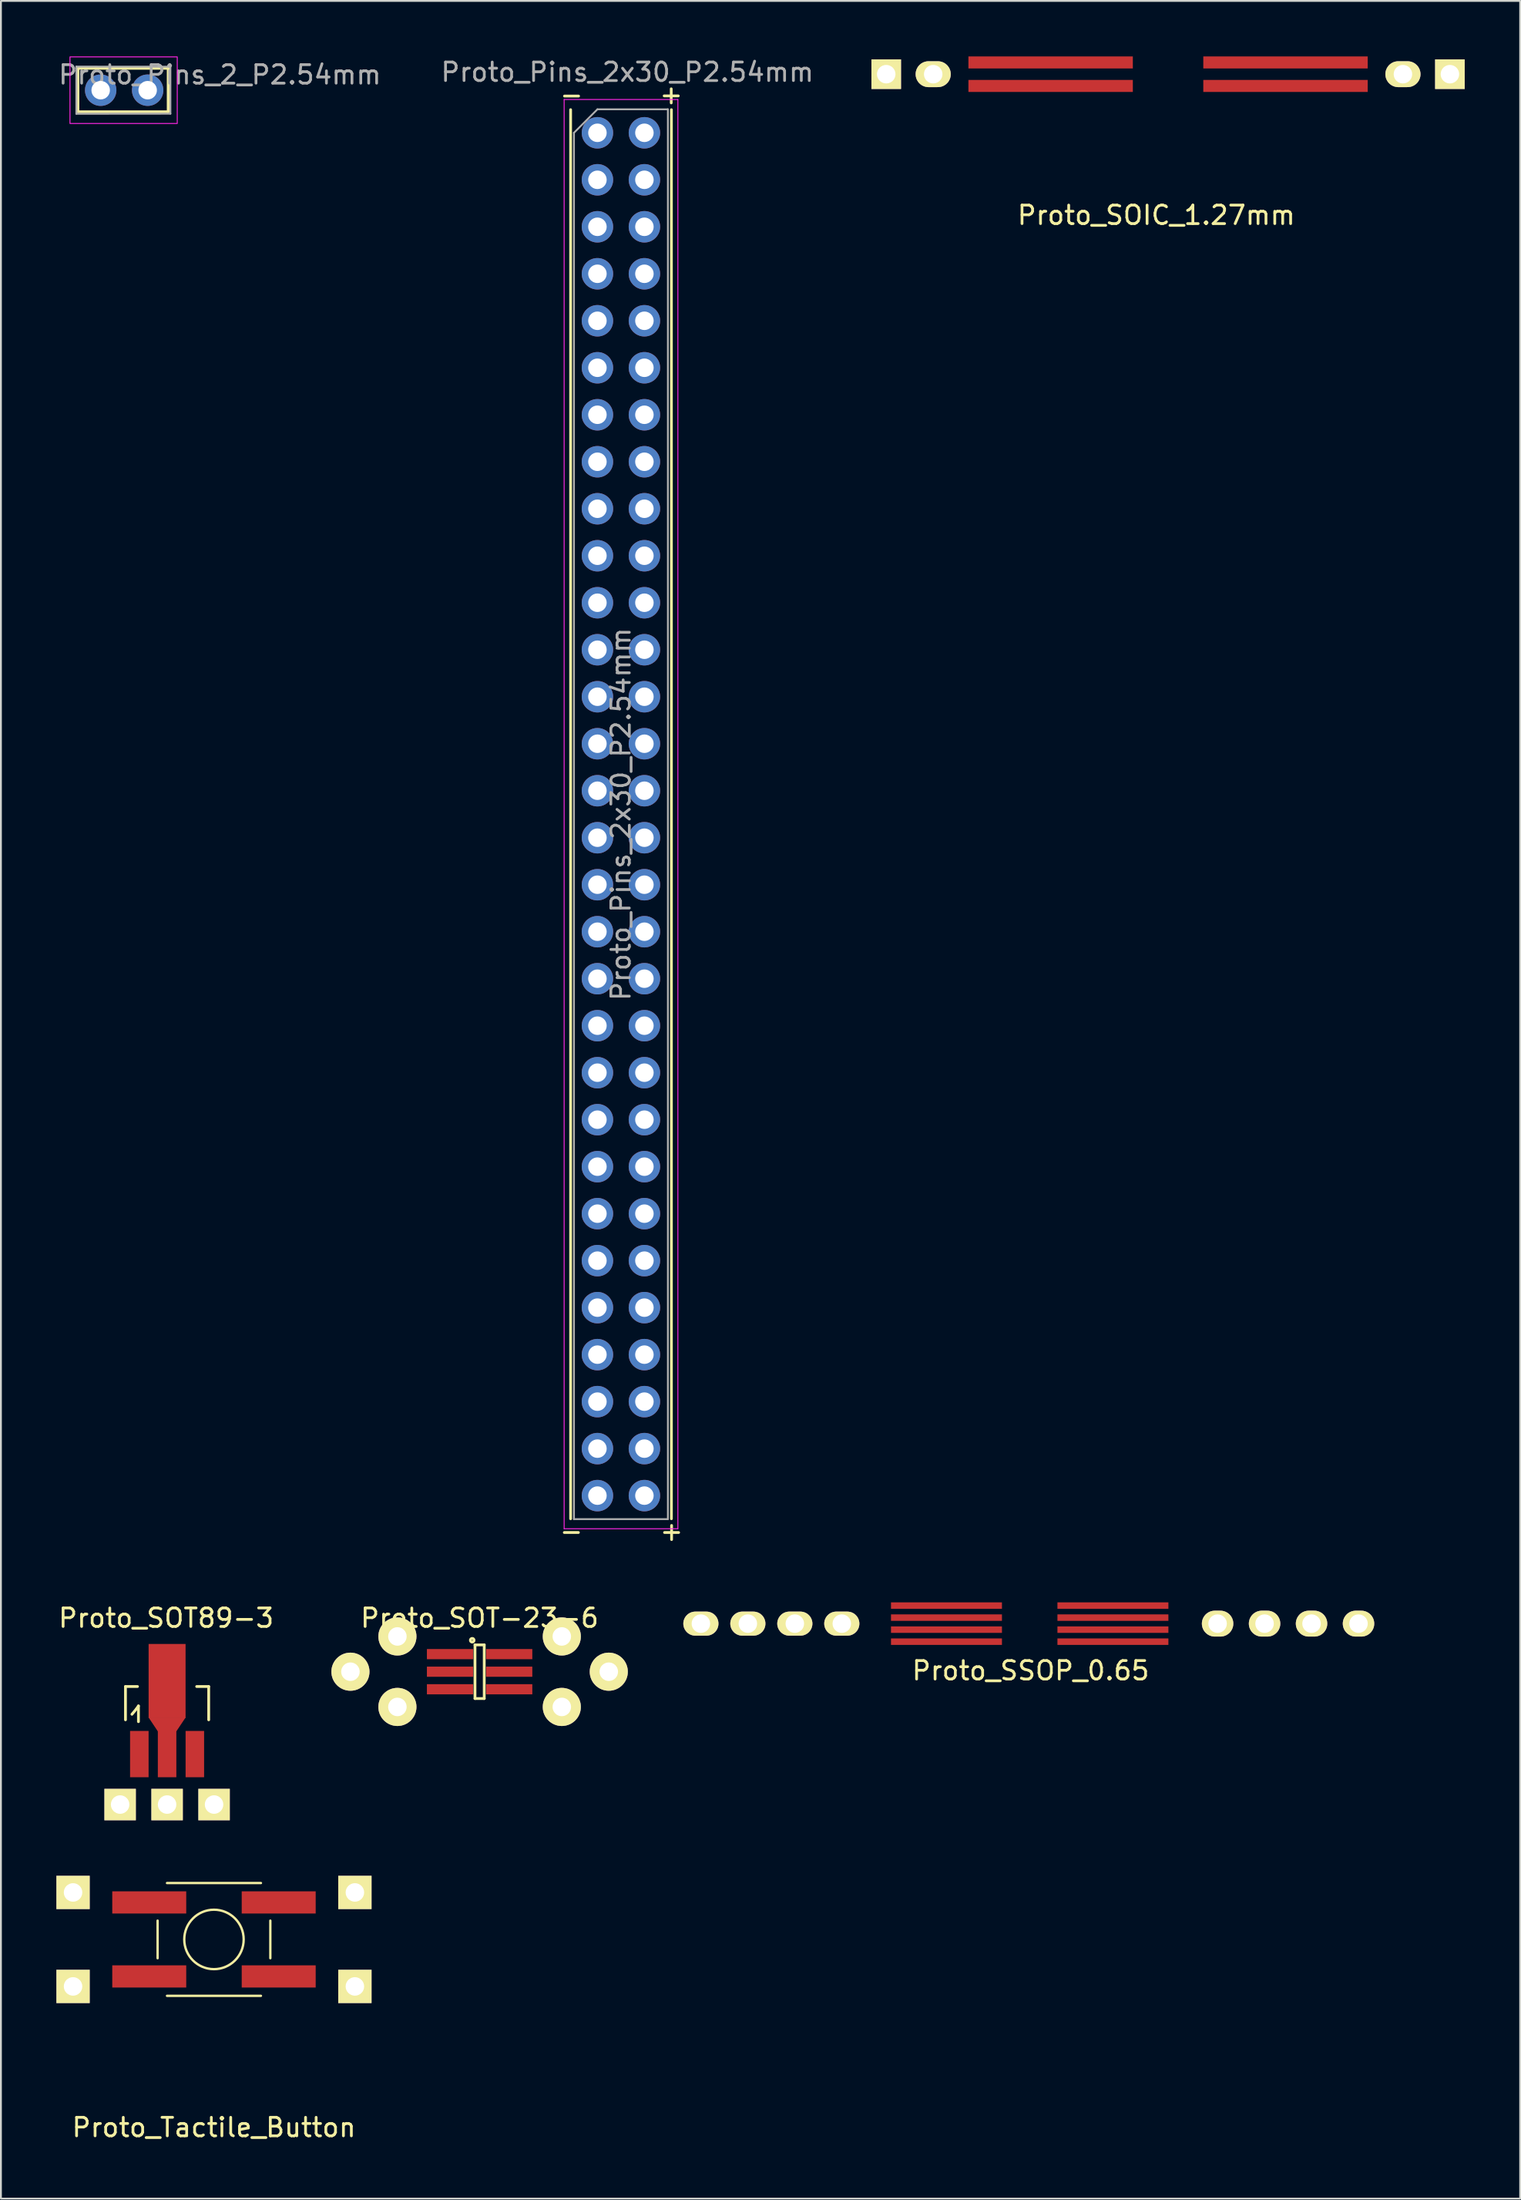
<source format=kicad_pcb>
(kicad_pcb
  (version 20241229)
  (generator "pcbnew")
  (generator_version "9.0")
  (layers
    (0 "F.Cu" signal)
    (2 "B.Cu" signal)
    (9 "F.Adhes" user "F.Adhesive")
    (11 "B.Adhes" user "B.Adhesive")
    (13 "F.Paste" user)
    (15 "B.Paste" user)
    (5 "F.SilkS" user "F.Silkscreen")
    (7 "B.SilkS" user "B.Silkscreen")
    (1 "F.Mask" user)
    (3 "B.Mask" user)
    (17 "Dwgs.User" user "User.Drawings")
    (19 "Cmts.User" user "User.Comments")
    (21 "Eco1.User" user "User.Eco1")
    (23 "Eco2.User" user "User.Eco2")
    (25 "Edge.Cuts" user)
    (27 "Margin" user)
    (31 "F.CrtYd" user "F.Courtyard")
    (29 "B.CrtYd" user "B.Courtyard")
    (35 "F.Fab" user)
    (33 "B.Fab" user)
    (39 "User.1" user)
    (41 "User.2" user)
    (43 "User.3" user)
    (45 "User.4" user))
  (footprint "Proto_SOT-23-6"
    (layer "F.Cu")
    (at 22.884 87.305)
    (property "Reference" "Proto_SOT-23-6" (at 0 -2.9 0) (layer "F.SilkS") (effects (font (size 1 1) (thickness 0.15))))
    (attr smd)
    (fp_line (start -0.25 -1.45) (end -0.25 1.45) (stroke (width 0.15) (type solid)) (layer "F.SilkS"))
    (fp_line (start -0.25 1.45) (end 0.25 1.45) (stroke (width 0.15) (type solid)) (layer "F.SilkS"))
    (fp_line (start 0.25 -1.45) (end -0.25 -1.45) (stroke (width 0.15) (type solid)) (layer "F.SilkS"))
    (fp_line (start 0.25 1.45) (end 0.25 -1.45) (stroke (width 0.15) (type solid)) (layer "F.SilkS"))
    (fp_circle (center -0.4 -1.7) (end -0.3 -1.7) (stroke (width 0.15) (type solid)) (fill no) (layer "F.SilkS"))
    (pad "1" thru_hole circle (at -4.445 -1.905) (size 2.06 2.06) (drill 1) (layers "*.Cu" "*.Mask" "F.SilkS"))
    (pad "1" smd rect (at -1.6 -0.95) (size 2.5 0.55) (layers "F.Cu" "F.Mask" "F.Paste"))
    (pad "2" thru_hole circle (at -6.985 0) (size 2.06 2.06) (drill 1) (layers "*.Cu" "*.Mask" "F.SilkS"))
    (pad "2" smd rect (at -1.6 0) (size 2.5 0.55) (layers "F.Cu" "F.Mask" "F.Paste"))
    (pad "3" thru_hole circle (at -4.445 1.905) (size 2.06 2.06) (drill 1) (layers "*.Cu" "*.Mask" "F.SilkS"))
    (pad "3" smd rect (at -1.6 0.95) (size 2.5 0.55) (layers "F.Cu" "F.Mask" "F.Paste"))
    (pad "4" smd rect (at 1.6 0.95) (size 2.5 0.55) (layers "F.Cu" "F.Mask" "F.Paste"))
    (pad "4" thru_hole circle (at 4.445 1.905) (size 2.06 2.06) (drill 1) (layers "*.Cu" "*.Mask" "F.SilkS"))
    (pad "5" smd rect (at 1.6 0) (size 2.5 0.55) (layers "F.Cu" "F.Mask" "F.Paste"))
    (pad "5" thru_hole circle (at 6.985 0) (size 2.06 2.06) (drill 1) (layers "*.Cu" "*.Mask" "F.SilkS"))
    (pad "6" smd rect (at 1.6 -0.95) (size 2.5 0.55) (layers "F.Cu" "F.Mask" "F.Paste"))
    (pad "6" thru_hole circle (at 4.445 -1.905) (size 2.06 2.06) (drill 1) (layers "*.Cu" "*.Mask" "F.SilkS")))
  (footprint "Proto_Pins_2x30_P2.54mm"
    (layer "F.Cu")
    (at 29.255 4.128)
    (property "Reference" "Proto_Pins_2x30_P2.54mm" (at 1.62 -3.28 0) (layer "F.Fab") (effects (font (size 1 1) (thickness 0.15))))
    (attr through_hole)
    (fp_line (start -1.45 74.91) (end -1.45 -1.25) (stroke (width 0.15) (type solid)) (layer "F.SilkS"))
    (fp_line (start 4 74.91) (end 4 -1.25) (stroke (width 0.15) (type solid)) (layer "F.SilkS"))
    (fp_line (start -1.8 -1.8) (end -1.8 75.45) (stroke (width 0.05) (type solid)) (layer "F.CrtYd"))
    (fp_line (start -1.8 75.45) (end 4.35 75.45) (stroke (width 0.05) (type solid)) (layer "F.CrtYd"))
    (fp_line (start 4.35 -1.8) (end -1.8 -1.8) (stroke (width 0.05) (type solid)) (layer "F.CrtYd"))
    (fp_line (start 4.35 75.45) (end 4.35 -1.8) (stroke (width 0.05) (type solid)) (layer "F.CrtYd"))
    (fp_line (start -1.27 0) (end 0 -1.27) (stroke (width 0.1) (type solid)) (layer "F.Fab"))
    (fp_line (start -1.27 74.93) (end -1.27 0) (stroke (width 0.1) (type solid)) (layer "F.Fab"))
    (fp_line (start 0 -1.27) (end 3.81 -1.27) (stroke (width 0.1) (type solid)) (layer "F.Fab"))
    (fp_line (start 3.81 -1.27) (end 3.81 74.93) (stroke (width 0.1) (type solid)) (layer "F.Fab"))
    (fp_line (start 3.81 74.93) (end -1.27 74.93) (stroke (width 0.1) (type solid)) (layer "F.Fab"))
    (fp_text user "+" (at 3.99 -2.07 0) (layer "F.SilkS") (effects (font (size 1 1) (thickness 0.15))))
    (fp_text user "-" (at -1.41 75.58 0) (layer "F.SilkS") (effects (font (size 1 1) (thickness 0.15))))
    (fp_text user "+" (at 4.01 75.58 0) (layer "F.SilkS") (effects (font (size 1 1) (thickness 0.15))))
    (fp_text user "-" (at -1.4 -2.06 0) (layer "F.SilkS") (effects (font (size 1 1) (thickness 0.15))))
    (fp_text user "${REFERENCE}" (at 1.27 36.83 90) (layer "F.Fab") (effects (font (size 1 1) (thickness 0.15))))
    (pad "1" thru_hole oval (at 0 0) (size 1.7 1.7) (drill 1) (layers "*.Cu" "*.Mask"))
    (pad "2" thru_hole oval (at 2.54 0) (size 1.7 1.7) (drill 1) (layers "*.Cu" "*.Mask"))
    (pad "3" thru_hole oval (at 0 2.54) (size 1.7 1.7) (drill 1) (layers "*.Cu" "*.Mask"))
    (pad "4" thru_hole oval (at 2.54 2.54) (size 1.7 1.7) (drill 1) (layers "*.Cu" "*.Mask"))
    (pad "5" thru_hole oval (at 0 5.08) (size 1.7 1.7) (drill 1) (layers "*.Cu" "*.Mask"))
    (pad "6" thru_hole oval (at 2.54 5.08) (size 1.7 1.7) (drill 1) (layers "*.Cu" "*.Mask"))
    (pad "7" thru_hole oval (at 0 7.62) (size 1.7 1.7) (drill 1) (layers "*.Cu" "*.Mask"))
    (pad "8" thru_hole oval (at 2.54 7.62) (size 1.7 1.7) (drill 1) (layers "*.Cu" "*.Mask"))
    (pad "9" thru_hole oval (at 0 10.16) (size 1.7 1.7) (drill 1) (layers "*.Cu" "*.Mask"))
    (pad "10" thru_hole oval (at 2.54 10.16) (size 1.7 1.7) (drill 1) (layers "*.Cu" "*.Mask"))
    (pad "11" thru_hole oval (at 0 12.7) (size 1.7 1.7) (drill 1) (layers "*.Cu" "*.Mask"))
    (pad "12" thru_hole oval (at 2.54 12.7) (size 1.7 1.7) (drill 1) (layers "*.Cu" "*.Mask"))
    (pad "13" thru_hole oval (at 0 15.24) (size 1.7 1.7) (drill 1) (layers "*.Cu" "*.Mask"))
    (pad "14" thru_hole oval (at 2.54 15.24) (size 1.7 1.7) (drill 1) (layers "*.Cu" "*.Mask"))
    (pad "15" thru_hole oval (at 0 17.78) (size 1.7 1.7) (drill 1) (layers "*.Cu" "*.Mask"))
    (pad "16" thru_hole oval (at 2.54 17.78) (size 1.7 1.7) (drill 1) (layers "*.Cu" "*.Mask"))
    (pad "17" thru_hole oval (at 0 20.32) (size 1.7 1.7) (drill 1) (layers "*.Cu" "*.Mask"))
    (pad "18" thru_hole oval (at 2.54 20.32) (size 1.7 1.7) (drill 1) (layers "*.Cu" "*.Mask"))
    (pad "19" thru_hole oval (at 0 22.86) (size 1.7 1.7) (drill 1) (layers "*.Cu" "*.Mask"))
    (pad "20" thru_hole oval (at 2.54 22.86) (size 1.7 1.7) (drill 1) (layers "*.Cu" "*.Mask"))
    (pad "21" thru_hole oval (at 0 25.4) (size 1.7 1.7) (drill 1) (layers "*.Cu" "*.Mask"))
    (pad "22" thru_hole oval (at 2.54 25.4) (size 1.7 1.7) (drill 1) (layers "*.Cu" "*.Mask"))
    (pad "23" thru_hole oval (at 0 27.94) (size 1.7 1.7) (drill 1) (layers "*.Cu" "*.Mask"))
    (pad "24" thru_hole oval (at 2.54 27.94) (size 1.7 1.7) (drill 1) (layers "*.Cu" "*.Mask"))
    (pad "25" thru_hole oval (at 0 30.48) (size 1.7 1.7) (drill 1) (layers "*.Cu" "*.Mask"))
    (pad "26" thru_hole oval (at 2.54 30.48) (size 1.7 1.7) (drill 1) (layers "*.Cu" "*.Mask"))
    (pad "27" thru_hole oval (at 0 33.02) (size 1.7 1.7) (drill 1) (layers "*.Cu" "*.Mask"))
    (pad "28" thru_hole oval (at 2.54 33.02) (size 1.7 1.7) (drill 1) (layers "*.Cu" "*.Mask"))
    (pad "29" thru_hole oval (at 0 35.56) (size 1.7 1.7) (drill 1) (layers "*.Cu" "*.Mask"))
    (pad "30" thru_hole oval (at 2.54 35.56) (size 1.7 1.7) (drill 1) (layers "*.Cu" "*.Mask"))
    (pad "31" thru_hole oval (at 0 38.1) (size 1.7 1.7) (drill 1) (layers "*.Cu" "*.Mask"))
    (pad "32" thru_hole oval (at 2.54 38.1) (size 1.7 1.7) (drill 1) (layers "*.Cu" "*.Mask"))
    (pad "33" thru_hole oval (at 0 40.64) (size 1.7 1.7) (drill 1) (layers "*.Cu" "*.Mask"))
    (pad "34" thru_hole oval (at 2.54 40.64) (size 1.7 1.7) (drill 1) (layers "*.Cu" "*.Mask"))
    (pad "35" thru_hole oval (at 0 43.18) (size 1.7 1.7) (drill 1) (layers "*.Cu" "*.Mask"))
    (pad "36" thru_hole oval (at 2.54 43.18) (size 1.7 1.7) (drill 1) (layers "*.Cu" "*.Mask"))
    (pad "37" thru_hole oval (at 0 45.72) (size 1.7 1.7) (drill 1) (layers "*.Cu" "*.Mask"))
    (pad "38" thru_hole oval (at 2.54 45.72) (size 1.7 1.7) (drill 1) (layers "*.Cu" "*.Mask"))
    (pad "39" thru_hole oval (at 0 48.26) (size 1.7 1.7) (drill 1) (layers "*.Cu" "*.Mask"))
    (pad "40" thru_hole oval (at 2.54 48.26) (size 1.7 1.7) (drill 1) (layers "*.Cu" "*.Mask"))
    (pad "41" thru_hole oval (at 0 50.8) (size 1.7 1.7) (drill 1) (layers "*.Cu" "*.Mask"))
    (pad "42" thru_hole oval (at 2.54 50.8) (size 1.7 1.7) (drill 1) (layers "*.Cu" "*.Mask"))
    (pad "43" thru_hole oval (at 0 53.34) (size 1.7 1.7) (drill 1) (layers "*.Cu" "*.Mask"))
    (pad "44" thru_hole oval (at 2.54 53.34) (size 1.7 1.7) (drill 1) (layers "*.Cu" "*.Mask"))
    (pad "45" thru_hole oval (at 0 55.88) (size 1.7 1.7) (drill 1) (layers "*.Cu" "*.Mask"))
    (pad "46" thru_hole oval (at 2.54 55.88) (size 1.7 1.7) (drill 1) (layers "*.Cu" "*.Mask"))
    (pad "47" thru_hole oval (at 0 58.42) (size 1.7 1.7) (drill 1) (layers "*.Cu" "*.Mask"))
    (pad "48" thru_hole oval (at 2.54 58.42) (size 1.7 1.7) (drill 1) (layers "*.Cu" "*.Mask"))
    (pad "49" thru_hole oval (at 0 60.96) (size 1.7 1.7) (drill 1) (layers "*.Cu" "*.Mask"))
    (pad "50" thru_hole oval (at 2.54 60.96) (size 1.7 1.7) (drill 1) (layers "*.Cu" "*.Mask"))
    (pad "51" thru_hole oval (at 0 63.5) (size 1.7 1.7) (drill 1) (layers "*.Cu" "*.Mask"))
    (pad "52" thru_hole oval (at 2.54 63.5) (size 1.7 1.7) (drill 1) (layers "*.Cu" "*.Mask"))
    (pad "53" thru_hole oval (at 0 66.04) (size 1.7 1.7) (drill 1) (layers "*.Cu" "*.Mask"))
    (pad "54" thru_hole oval (at 2.54 66.04) (size 1.7 1.7) (drill 1) (layers "*.Cu" "*.Mask"))
    (pad "55" thru_hole oval (at 0 68.58) (size 1.7 1.7) (drill 1) (layers "*.Cu" "*.Mask"))
    (pad "56" thru_hole oval (at 2.54 68.58) (size 1.7 1.7) (drill 1) (layers "*.Cu" "*.Mask"))
    (pad "57" thru_hole oval (at 0 71.12) (size 1.7 1.7) (drill 1) (layers "*.Cu" "*.Mask"))
    (pad "58" thru_hole oval (at 2.54 71.12) (size 1.7 1.7) (drill 1) (layers "*.Cu" "*.Mask"))
    (pad "59" thru_hole oval (at 0 73.66) (size 1.7 1.7) (drill 1) (layers "*.Cu" "*.Mask"))
    (pad "60" thru_hole oval (at 2.54 73.66) (size 1.7 1.7) (drill 1) (layers "*.Cu" "*.Mask")))
  (footprint "Proto_SOT89-3"
    (layer "F.Cu")
    (at 5.985 89.406)
    (property "Reference" "Proto_SOT89-3" (at -0.051 -5.001 180) (layer "F.SilkS") (effects (font (size 1 1) (thickness 0.15))))
    (attr smd)
    (fp_line (start -2.25 -1.3) (end -2.25 0.5) (stroke (width 0.15) (type solid)) (layer "F.SilkS"))
    (fp_line (start -2.25 -1.3) (end -1.6 -1.3) (stroke (width 0.15) (type solid)) (layer "F.SilkS"))
    (fp_line (start -1.9 0.201) (end -1.651 -0.099) (stroke (width 0.15) (type solid)) (layer "F.SilkS"))
    (fp_line (start -1.651 -0.099) (end -1.549 -0.249) (stroke (width 0.15) (type solid)) (layer "F.SilkS"))
    (fp_line (start -1.549 -0.249) (end -1.549 0.599) (stroke (width 0.15) (type solid)) (layer "F.SilkS"))
    (fp_line (start 2.25 -1.3) (end 1.6 -1.3) (stroke (width 0.15) (type solid)) (layer "F.SilkS"))
    (fp_line (start 2.25 -1.3) (end 2.25 0.5) (stroke (width 0.15) (type solid)) (layer "F.SilkS"))
    (pad "1" thru_hole rect (at -2.54 5.08) (size 1.7 1.7) (drill 1) (layers "*.Cu" "*.Mask" "F.SilkS"))
    (pad "1" smd rect (at -1.501 2.352) (size 1.001 2.502) (layers "F.Cu" "F.Mask" "F.Paste"))
    (pad "2" smd rect (at 0 -1.6) (size 1.999 4) (layers "F.Cu" "F.Mask" "F.Paste"))
    (pad "2" smd trapezoid (at 0 0.749 180) (size 1.501 0.749) (rect_delta 0 0.5) (layers "F.Cu" "F.Mask" "F.Paste"))
    (pad "2" smd rect (at 0 2.352) (size 1.001 2.502) (layers "F.Cu" "F.Mask" "F.Paste"))
    (pad "2" thru_hole rect (at 0 5.08) (size 1.7 1.7) (drill 1) (layers "*.Cu" "*.Mask" "F.SilkS"))
    (pad "3" smd rect (at 1.501 2.352) (size 1.001 2.502) (layers "F.Cu" "F.Mask" "F.Paste"))
    (pad "3" thru_hole rect (at 2.54 5.08) (size 1.7 1.7) (drill 1) (layers "*.Cu" "*.Mask" "F.SilkS")))
  (footprint "Proto_SOIC_1.27mm"
    (layer "F.Cu")
    (at 60.111 0.96)
    (property "Reference" "Proto_SOIC_1.27mm" (at -0.635 7.62 0) (layer "F.SilkS") (effects (font (size 1 1) (thickness 0.15))))
    (attr through_hole)
    (pad "1" thru_hole rect (at -15.24 0) (size 1.6 1.6) (drill 1) (layers "*.Cu" "*.Mask" "F.SilkS"))
    (pad "1" smd rect (at -6.35 -0.635) (size 8.89 0.65) (layers "F.Cu" "F.Mask" "F.Paste"))
    (pad "2" thru_hole oval (at -12.7 0 90) (size 1.4 1.9) (drill 1) (layers "*.Cu" "*.Mask" "F.SilkS"))
    (pad "2" smd rect (at -6.35 0.635) (size 8.89 0.65) (layers "F.Cu" "F.Mask" "F.Paste"))
    (pad "3" smd rect (at 6.35 0.635) (size 8.89 0.65) (layers "F.Cu" "F.Mask" "F.Paste"))
    (pad "3" thru_hole oval (at 12.7 0 90) (size 1.4 1.9) (drill 1) (layers "*.Cu" "*.Mask" "F.SilkS"))
    (pad "4" smd rect (at 6.35 -0.635) (size 8.89 0.65) (layers "F.Cu" "F.Mask" "F.Paste"))
    (pad "4" thru_hole rect (at 15.24 0) (size 1.6 1.6) (drill 1) (layers "*.Cu" "*.Mask" "F.SilkS")))
  (footprint "Proto_SSOP_0.65"
    (layer "F.Cu")
    (at 52.629 84.707)
    (property "Reference" "Proto_SSOP_0.65" (at 0.051 2.54 0) (layer "F.SilkS") (effects (font (size 1 1) (thickness 0.15))))
    (attr through_hole)
    (pad "1" thru_hole oval (at -17.78 0 90) (size 1.3 1.9) (drill 1) (layers "*.Cu" "*.Mask" "F.SilkS"))
    (pad "1" smd rect (at -4.5 -0.975 90) (size 0.35 6) (layers "F.Cu" "F.Mask" "F.Paste"))
    (pad "2" thru_hole oval (at -15.24 0 90) (size 1.3 1.9) (drill 1) (layers "*.Cu" "*.Mask" "F.SilkS"))
    (pad "2" smd rect (at -4.5 -0.325 90) (size 0.35 6) (layers "F.Cu" "F.Mask" "F.Paste"))
    (pad "3" thru_hole oval (at -12.7 0 90) (size 1.3 1.9) (drill 1) (layers "*.Cu" "*.Mask" "F.SilkS"))
    (pad "3" smd rect (at -4.5 0.325 90) (size 0.35 6) (layers "F.Cu" "F.Mask" "F.Paste"))
    (pad "4" thru_hole oval (at -10.16 0 90) (size 1.3 1.9) (drill 1) (layers "*.Cu" "*.Mask" "F.SilkS"))
    (pad "4" smd rect (at -4.5 0.975 90) (size 0.35 6) (layers "F.Cu" "F.Mask" "F.Paste"))
    (pad "5" smd rect (at 4.5 0.975 90) (size 0.35 6) (layers "F.Cu" "F.Mask" "F.Paste"))
    (pad "5" thru_hole oval (at 10.16 0 90) (size 1.4 1.7) (drill 1) (layers "*.Cu" "*.Mask" "F.SilkS"))
    (pad "6" smd rect (at 4.5 0.325 90) (size 0.35 6) (layers "F.Cu" "F.Mask" "F.Paste"))
    (pad "6" thru_hole oval (at 12.7 0 90) (size 1.4 1.7) (drill 1) (layers "*.Cu" "*.Mask" "F.SilkS"))
    (pad "7" smd rect (at 4.5 -0.325 90) (size 0.35 6) (layers "F.Cu" "F.Mask" "F.Paste"))
    (pad "7" thru_hole oval (at 15.24 0 90) (size 1.4 1.7) (drill 1) (layers "*.Cu" "*.Mask" "F.SilkS"))
    (pad "8" smd rect (at 4.5 -0.975 90) (size 0.35 6) (layers "F.Cu" "F.Mask" "F.Paste"))
    (pad "8" thru_hole oval (at 17.78 0 90) (size 1.4 1.7) (drill 1) (layers "*.Cu" "*.Mask" "F.SilkS")))
  (footprint "Proto_Tactile_Button"
    (layer "F.Cu")
    (at 8.52 101.776)
    (property "Reference" "Proto_Tactile_Button" (at 0 10.16 0) (layer "F.SilkS") (effects (font (size 1 1) (thickness 0.15))))
    (attr through_hole)
    (fp_line (start -3.048 1.016) (end -3.048 -1.016) (stroke (width 0.127) (type solid)) (layer "F.SilkS"))
    (fp_line (start -2.54 -3.048) (end 2.54 -3.048) (stroke (width 0.127) (type solid)) (layer "F.SilkS"))
    (fp_line (start 2.54 3.048) (end -2.54 3.048) (stroke (width 0.127) (type solid)) (layer "F.SilkS"))
    (fp_line (start 3.048 -1.016) (end 3.048 1.016) (stroke (width 0.127) (type solid)) (layer "F.SilkS"))
    (fp_circle (center 0 0) (end 1.524 0.508) (stroke (width 0.127) (type solid)) (fill no) (layer "F.SilkS"))
    (pad "1" thru_hole rect (at -7.62 -2.54) (size 1.8 1.8) (drill 1) (layers "*.Cu" "*.Mask" "F.SilkS"))
    (pad "1" smd rect (at -3.5 -2) (size 4 1.2) (layers "F.Cu" "F.Mask" "F.Paste"))
    (pad "1" smd rect (at 3.5 -2) (size 4 1.2) (layers "F.Cu" "F.Mask" "F.Paste"))
    (pad "1" thru_hole rect (at 7.62 -2.54) (size 1.8 1.8) (drill 1) (layers "*.Cu" "*.Mask" "F.SilkS"))
    (pad "2" thru_hole rect (at -7.62 2.54) (size 1.8 1.8) (drill 1) (layers "*.Cu" "*.Mask" "F.SilkS"))
    (pad "2" smd rect (at -3.5 2) (size 4 1.2) (layers "F.Cu" "F.Mask" "F.Paste"))
    (pad "2" smd rect (at 3.5 2) (size 4 1.2) (layers "F.Cu" "F.Mask" "F.Paste"))
    (pad "2" thru_hole rect (at 7.62 2.54) (size 1.8 1.8) (drill 1) (layers "*.Cu" "*.Mask" "F.SilkS")))
  (footprint "Proto_Pins_2_P2.54mm"
    (layer "F.Cu")
    (at 3.634 1.835)
    (property "Reference" "Proto_Pins_2_P2.54mm" (at 5.205 -0.845 0) (layer "F.Fab") (effects (font (size 1 1) (thickness 0.15))))
    (attr through_hole)
    (fp_line (start -2.47 -1.195) (end -2.47 1.155) (stroke (width 0.15) (type solid)) (layer "F.SilkS"))
    (fp_line (start -2.47 -1.195) (end 2.41 -1.195) (stroke (width 0.15) (type solid)) (layer "F.SilkS"))
    (fp_line (start 2.41 -1.195) (end 2.41 1.155) (stroke (width 0.15) (type solid)) (layer "F.SilkS"))
    (fp_line (start 2.41 1.155) (end -2.47 1.155) (stroke (width 0.15) (type solid)) (layer "F.SilkS"))
    (fp_rect (start -2.9 -1.81) (end 2.9 1.79) (stroke (width 0.05) (type solid)) (fill no) (layer "F.CrtYd"))
    (fp_line (start -2.555 -1.285) (end 2.53 -1.28) (stroke (width 0.1) (type solid)) (layer "F.Fab"))
    (fp_line (start -2.555 1.265) (end -2.555 -1.285) (stroke (width 0.1) (type solid)) (layer "F.Fab"))
    (fp_line (start 2.53 -1.28) (end 2.53 1.26) (stroke (width 0.1) (type solid)) (layer "F.Fab"))
    (fp_line (start 2.53 1.26) (end -2.555 1.265) (stroke (width 0.1) (type solid)) (layer "F.Fab"))
    (pad "1" thru_hole oval (at -1.24 -0.01 90) (size 1.7 1.7) (drill 1) (layers "*.Cu" "*.Mask"))
    (pad "1" thru_hole oval (at 1.3 -0.01 90) (size 1.7 1.7) (drill 1) (layers "*.Cu" "*.Mask")))
  (gr_rect
    (start -3 -3)
    (end 79.151 115.784)
    (stroke (width 0.1) (type default))
    (fill no)
    (layer "Edge.Cuts")))
</source>
